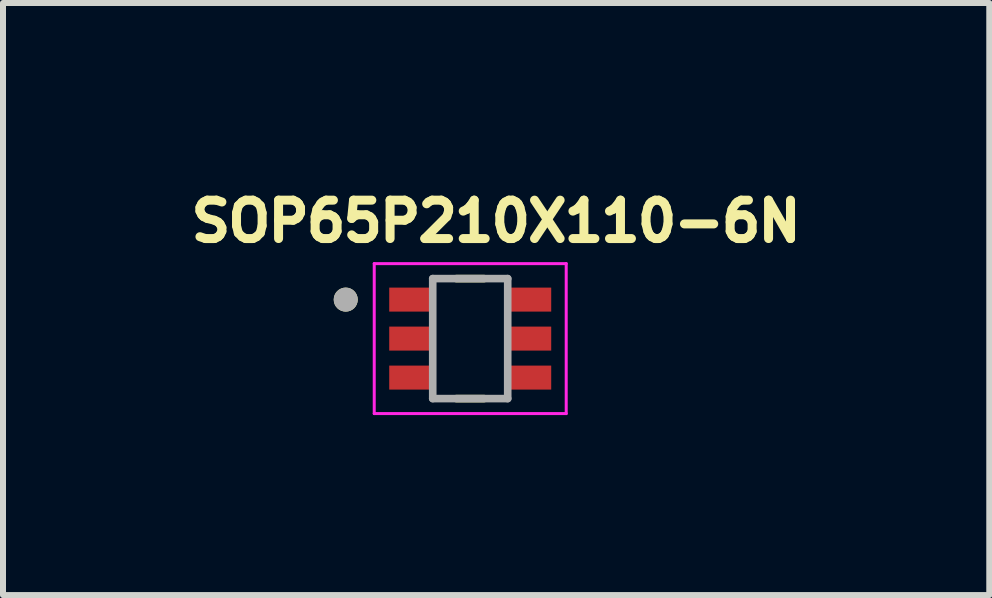
<source format=kicad_pcb>
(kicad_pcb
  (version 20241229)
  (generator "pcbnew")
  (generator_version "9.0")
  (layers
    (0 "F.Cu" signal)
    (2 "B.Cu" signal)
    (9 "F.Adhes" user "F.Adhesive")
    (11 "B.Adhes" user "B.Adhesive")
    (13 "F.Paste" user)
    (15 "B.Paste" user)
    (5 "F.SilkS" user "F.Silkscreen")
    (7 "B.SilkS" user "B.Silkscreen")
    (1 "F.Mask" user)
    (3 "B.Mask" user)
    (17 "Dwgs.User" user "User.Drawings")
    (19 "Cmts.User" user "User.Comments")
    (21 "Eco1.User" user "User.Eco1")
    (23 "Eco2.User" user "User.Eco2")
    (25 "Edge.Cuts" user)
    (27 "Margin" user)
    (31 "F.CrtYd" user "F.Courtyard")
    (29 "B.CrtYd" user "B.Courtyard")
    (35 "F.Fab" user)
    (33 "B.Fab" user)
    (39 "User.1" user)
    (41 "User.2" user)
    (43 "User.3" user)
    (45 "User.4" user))
  (footprint "SOP65P210X110-6N"
    (layer "F.Cu")
    (at 4.788 2.594)
    (property "Reference" "SOP65P210X110-6N" (at 0.432 -1.956 0) (layer "F.SilkS") (effects (font (size 0.64 0.64) (thickness 0.15))))
    (attr smd)
    (fp_poly (pts (xy -1.4 -0.9) (xy -0.55 -0.9) (xy -0.55 -0.4) (xy -1.4 -0.4)) (stroke (width 0.01) (type solid)) (fill yes) (layer "F.Mask"))
    (fp_poly (pts (xy -1.4 -0.25) (xy -0.55 -0.25) (xy -0.55 0.25) (xy -1.4 0.25)) (stroke (width 0.01) (type solid)) (fill yes) (layer "F.Mask"))
    (fp_poly (pts (xy -1.4 0.4) (xy -0.55 0.4) (xy -0.55 0.9) (xy -1.4 0.9)) (stroke (width 0.01) (type solid)) (fill yes) (layer "F.Mask"))
    (fp_poly (pts (xy 0.55 -0.9) (xy 1.4 -0.9) (xy 1.4 -0.4) (xy 0.55 -0.4)) (stroke (width 0.01) (type solid)) (fill yes) (layer "F.Mask"))
    (fp_poly (pts (xy 0.55 -0.25) (xy 1.4 -0.25) (xy 1.4 0.25) (xy 0.55 0.25)) (stroke (width 0.01) (type solid)) (fill yes) (layer "F.Mask"))
    (fp_poly (pts (xy 0.55 0.4) (xy 1.4 0.4) (xy 1.4 0.9) (xy 0.55 0.9)) (stroke (width 0.01) (type solid)) (fill yes) (layer "F.Mask"))
    (fp_line (start -0.23 1) (end 0.23 1) (stroke (width 0.127) (type solid)) (layer "F.SilkS"))
    (fp_line (start 0.23 -1) (end -0.23 -1) (stroke (width 0.127) (type solid)) (layer "F.SilkS"))
    (fp_circle (center -2.075 -0.65) (end -1.975 -0.65) (stroke (width 0.2) (type solid)) (fill no) (layer "F.SilkS"))
    (fp_poly (pts (xy -1.3 -0.8) (xy -0.65 -0.8) (xy -0.65 -0.5) (xy -1.3 -0.5)) (stroke (width 0.01) (type solid)) (fill yes) (layer "F.Paste"))
    (fp_poly (pts (xy -1.3 -0.15) (xy -0.65 -0.15) (xy -0.65 0.15) (xy -1.3 0.15)) (stroke (width 0.01) (type solid)) (fill yes) (layer "F.Paste"))
    (fp_poly (pts (xy -1.3 0.5) (xy -0.65 0.5) (xy -0.65 0.8) (xy -1.3 0.8)) (stroke (width 0.01) (type solid)) (fill yes) (layer "F.Paste"))
    (fp_poly (pts (xy 0.65 -0.8) (xy 1.3 -0.8) (xy 1.3 -0.5) (xy 0.65 -0.5)) (stroke (width 0.01) (type solid)) (fill yes) (layer "F.Paste"))
    (fp_poly (pts (xy 0.65 -0.15) (xy 1.3 -0.15) (xy 1.3 0.15) (xy 0.65 0.15)) (stroke (width 0.01) (type solid)) (fill yes) (layer "F.Paste"))
    (fp_poly (pts (xy 0.65 0.5) (xy 1.3 0.5) (xy 1.3 0.8) (xy 0.65 0.8)) (stroke (width 0.01) (type solid)) (fill yes) (layer "F.Paste"))
    (fp_line (start -1.6 -1.25) (end -1.6 1.25) (stroke (width 0.05) (type solid)) (layer "F.CrtYd"))
    (fp_line (start -1.6 1.25) (end 1.6 1.25) (stroke (width 0.05) (type solid)) (layer "F.CrtYd"))
    (fp_line (start 1.6 -1.25) (end -1.6 -1.25) (stroke (width 0.05) (type solid)) (layer "F.CrtYd"))
    (fp_line (start 1.6 1.25) (end 1.6 -1.25) (stroke (width 0.05) (type solid)) (layer "F.CrtYd"))
    (fp_line (start -0.625 -1) (end -0.625 1) (stroke (width 0.127) (type solid)) (layer "F.Fab"))
    (fp_line (start -0.625 1) (end 0.625 1) (stroke (width 0.127) (type solid)) (layer "F.Fab"))
    (fp_line (start 0.625 -1) (end -0.625 -1) (stroke (width 0.127) (type solid)) (layer "F.Fab"))
    (fp_line (start 0.625 1) (end 0.625 -1) (stroke (width 0.127) (type solid)) (layer "F.Fab"))
    (fp_circle (center -2.075 -0.65) (end -1.975 -0.65) (stroke (width 0.2) (type solid)) (fill no) (layer "F.Fab"))
    (pad "1" smd rect (at -0.975 -0.65) (size 0.75 0.4) (layers "F.Cu"))
    (pad "2" smd rect (at -0.975 0) (size 0.75 0.4) (layers "F.Cu"))
    (pad "3" smd rect (at -0.975 0.65) (size 0.75 0.4) (layers "F.Cu"))
    (pad "4" smd rect (at 0.975 0.65) (size 0.75 0.4) (layers "F.Cu"))
    (pad "5" smd rect (at 0.975 0) (size 0.75 0.4) (layers "F.Cu"))
    (pad "6" smd rect (at 0.975 -0.65) (size 0.75 0.4) (layers "F.Cu")))
  (gr_rect
    (start -3 -3)
    (end 13.44 6.869)
    (stroke (width 0.1) (type default))
    (fill no)
    (layer "Edge.Cuts")))
</source>
